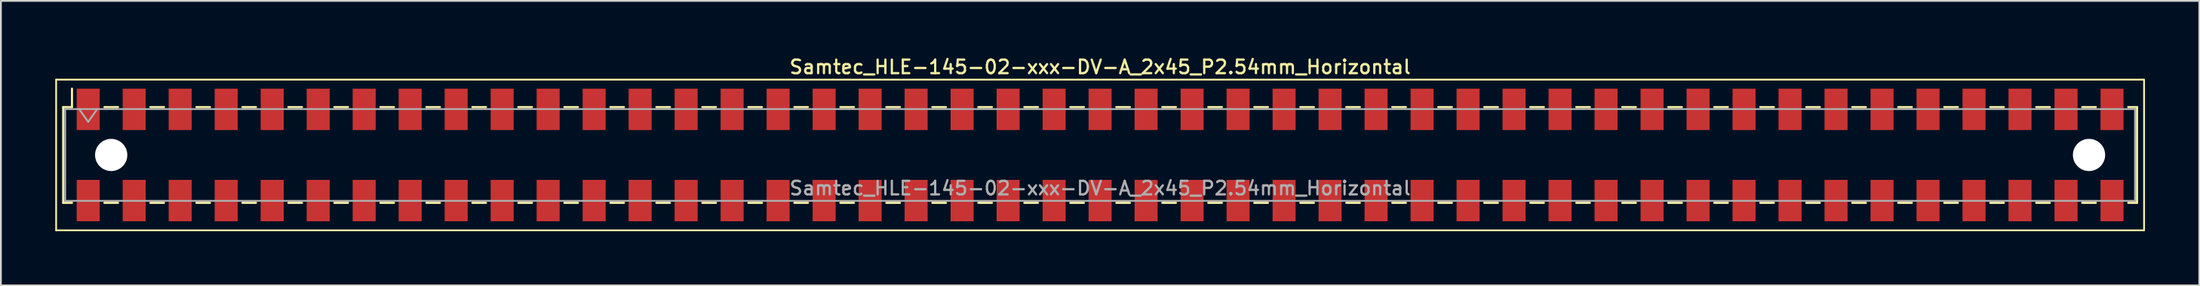
<source format=kicad_pcb>
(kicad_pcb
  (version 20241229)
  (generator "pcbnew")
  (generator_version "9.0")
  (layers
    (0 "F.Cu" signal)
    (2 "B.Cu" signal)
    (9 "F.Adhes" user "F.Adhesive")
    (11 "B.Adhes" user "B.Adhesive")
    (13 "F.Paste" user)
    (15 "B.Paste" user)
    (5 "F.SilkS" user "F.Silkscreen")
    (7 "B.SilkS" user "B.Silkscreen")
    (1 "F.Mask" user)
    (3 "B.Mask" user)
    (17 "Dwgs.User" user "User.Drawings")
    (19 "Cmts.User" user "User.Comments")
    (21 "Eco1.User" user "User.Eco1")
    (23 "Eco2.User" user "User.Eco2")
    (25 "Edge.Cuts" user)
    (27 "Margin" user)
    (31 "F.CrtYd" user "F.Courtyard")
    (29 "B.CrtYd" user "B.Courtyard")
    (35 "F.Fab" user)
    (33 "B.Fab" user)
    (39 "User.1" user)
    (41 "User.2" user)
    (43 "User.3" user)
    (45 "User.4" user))
  (footprint "Samtec_HLE-145-02-xxx-DV-A_2x45_P2.54mm_Horizontal"
    (layer "F.Cu")
    (at 57.7 5.528)
    (property "Reference" "Samtec_HLE-145-02-xxx-DV-A_2x45_P2.54mm_Horizontal" (at 0 -4.87 0) (layer "F.SilkS") (effects (font (size 0.75 0.75) (thickness 0.125))))
    (attr smd)
    (fp_line (start -57.65 -4.17) (end 57.65 -4.17) (stroke (width 0.1) (type solid)) (layer "F.SilkS"))
    (fp_line (start -57.65 4.17) (end -57.65 -4.17) (stroke (width 0.1) (type solid)) (layer "F.SilkS"))
    (fp_line (start -57.26 -2.65) (end -57.26 2.65) (stroke (width 0.12) (type solid)) (layer "F.SilkS"))
    (fp_line (start -57.26 2.65) (end -56.775 2.65) (stroke (width 0.12) (type solid)) (layer "F.SilkS"))
    (fp_line (start -56.775 -3.67) (end -56.775 -2.65) (stroke (width 0.12) (type solid)) (layer "F.SilkS"))
    (fp_line (start -56.775 -2.65) (end -57.26 -2.65) (stroke (width 0.12) (type solid)) (layer "F.SilkS"))
    (fp_line (start -54.985 -2.65) (end -54.235 -2.65) (stroke (width 0.12) (type solid)) (layer "F.SilkS"))
    (fp_line (start -54.985 2.65) (end -54.235 2.65) (stroke (width 0.12) (type solid)) (layer "F.SilkS"))
    (fp_line (start -52.445 -2.65) (end -51.695 -2.65) (stroke (width 0.12) (type solid)) (layer "F.SilkS"))
    (fp_line (start -52.445 2.65) (end -51.695 2.65) (stroke (width 0.12) (type solid)) (layer "F.SilkS"))
    (fp_line (start -49.905 -2.65) (end -49.155 -2.65) (stroke (width 0.12) (type solid)) (layer "F.SilkS"))
    (fp_line (start -49.905 2.65) (end -49.155 2.65) (stroke (width 0.12) (type solid)) (layer "F.SilkS"))
    (fp_line (start -47.365 -2.65) (end -46.615 -2.65) (stroke (width 0.12) (type solid)) (layer "F.SilkS"))
    (fp_line (start -47.365 2.65) (end -46.615 2.65) (stroke (width 0.12) (type solid)) (layer "F.SilkS"))
    (fp_line (start -44.825 -2.65) (end -44.075 -2.65) (stroke (width 0.12) (type solid)) (layer "F.SilkS"))
    (fp_line (start -44.825 2.65) (end -44.075 2.65) (stroke (width 0.12) (type solid)) (layer "F.SilkS"))
    (fp_line (start -42.285 -2.65) (end -41.535 -2.65) (stroke (width 0.12) (type solid)) (layer "F.SilkS"))
    (fp_line (start -42.285 2.65) (end -41.535 2.65) (stroke (width 0.12) (type solid)) (layer "F.SilkS"))
    (fp_line (start -39.745 -2.65) (end -38.995 -2.65) (stroke (width 0.12) (type solid)) (layer "F.SilkS"))
    (fp_line (start -39.745 2.65) (end -38.995 2.65) (stroke (width 0.12) (type solid)) (layer "F.SilkS"))
    (fp_line (start -37.205 -2.65) (end -36.455 -2.65) (stroke (width 0.12) (type solid)) (layer "F.SilkS"))
    (fp_line (start -37.205 2.65) (end -36.455 2.65) (stroke (width 0.12) (type solid)) (layer "F.SilkS"))
    (fp_line (start -34.665 -2.65) (end -33.915 -2.65) (stroke (width 0.12) (type solid)) (layer "F.SilkS"))
    (fp_line (start -34.665 2.65) (end -33.915 2.65) (stroke (width 0.12) (type solid)) (layer "F.SilkS"))
    (fp_line (start -32.125 -2.65) (end -31.375 -2.65) (stroke (width 0.12) (type solid)) (layer "F.SilkS"))
    (fp_line (start -32.125 2.65) (end -31.375 2.65) (stroke (width 0.12) (type solid)) (layer "F.SilkS"))
    (fp_line (start -29.585 -2.65) (end -28.835 -2.65) (stroke (width 0.12) (type solid)) (layer "F.SilkS"))
    (fp_line (start -29.585 2.65) (end -28.835 2.65) (stroke (width 0.12) (type solid)) (layer "F.SilkS"))
    (fp_line (start -27.045 -2.65) (end -26.295 -2.65) (stroke (width 0.12) (type solid)) (layer "F.SilkS"))
    (fp_line (start -27.045 2.65) (end -26.295 2.65) (stroke (width 0.12) (type solid)) (layer "F.SilkS"))
    (fp_line (start -24.505 -2.65) (end -23.755 -2.65) (stroke (width 0.12) (type solid)) (layer "F.SilkS"))
    (fp_line (start -24.505 2.65) (end -23.755 2.65) (stroke (width 0.12) (type solid)) (layer "F.SilkS"))
    (fp_line (start -21.965 -2.65) (end -21.215 -2.65) (stroke (width 0.12) (type solid)) (layer "F.SilkS"))
    (fp_line (start -21.965 2.65) (end -21.215 2.65) (stroke (width 0.12) (type solid)) (layer "F.SilkS"))
    (fp_line (start -19.425 -2.65) (end -18.675 -2.65) (stroke (width 0.12) (type solid)) (layer "F.SilkS"))
    (fp_line (start -19.425 2.65) (end -18.675 2.65) (stroke (width 0.12) (type solid)) (layer "F.SilkS"))
    (fp_line (start -16.885 -2.65) (end -16.135 -2.65) (stroke (width 0.12) (type solid)) (layer "F.SilkS"))
    (fp_line (start -16.885 2.65) (end -16.135 2.65) (stroke (width 0.12) (type solid)) (layer "F.SilkS"))
    (fp_line (start -14.345 -2.65) (end -13.595 -2.65) (stroke (width 0.12) (type solid)) (layer "F.SilkS"))
    (fp_line (start -14.345 2.65) (end -13.595 2.65) (stroke (width 0.12) (type solid)) (layer "F.SilkS"))
    (fp_line (start -11.805 -2.65) (end -11.055 -2.65) (stroke (width 0.12) (type solid)) (layer "F.SilkS"))
    (fp_line (start -11.805 2.65) (end -11.055 2.65) (stroke (width 0.12) (type solid)) (layer "F.SilkS"))
    (fp_line (start -9.265 -2.65) (end -8.515 -2.65) (stroke (width 0.12) (type solid)) (layer "F.SilkS"))
    (fp_line (start -9.265 2.65) (end -8.515 2.65) (stroke (width 0.12) (type solid)) (layer "F.SilkS"))
    (fp_line (start -6.725 -2.65) (end -5.975 -2.65) (stroke (width 0.12) (type solid)) (layer "F.SilkS"))
    (fp_line (start -6.725 2.65) (end -5.975 2.65) (stroke (width 0.12) (type solid)) (layer "F.SilkS"))
    (fp_line (start -4.185 -2.65) (end -3.435 -2.65) (stroke (width 0.12) (type solid)) (layer "F.SilkS"))
    (fp_line (start -4.185 2.65) (end -3.435 2.65) (stroke (width 0.12) (type solid)) (layer "F.SilkS"))
    (fp_line (start -1.645 -2.65) (end -0.895 -2.65) (stroke (width 0.12) (type solid)) (layer "F.SilkS"))
    (fp_line (start -1.645 2.65) (end -0.895 2.65) (stroke (width 0.12) (type solid)) (layer "F.SilkS"))
    (fp_line (start 0.895 -2.65) (end 1.645 -2.65) (stroke (width 0.12) (type solid)) (layer "F.SilkS"))
    (fp_line (start 0.895 2.65) (end 1.645 2.65) (stroke (width 0.12) (type solid)) (layer "F.SilkS"))
    (fp_line (start 3.435 -2.65) (end 4.185 -2.65) (stroke (width 0.12) (type solid)) (layer "F.SilkS"))
    (fp_line (start 3.435 2.65) (end 4.185 2.65) (stroke (width 0.12) (type solid)) (layer "F.SilkS"))
    (fp_line (start 5.975 -2.65) (end 6.725 -2.65) (stroke (width 0.12) (type solid)) (layer "F.SilkS"))
    (fp_line (start 5.975 2.65) (end 6.725 2.65) (stroke (width 0.12) (type solid)) (layer "F.SilkS"))
    (fp_line (start 8.515 -2.65) (end 9.265 -2.65) (stroke (width 0.12) (type solid)) (layer "F.SilkS"))
    (fp_line (start 8.515 2.65) (end 9.265 2.65) (stroke (width 0.12) (type solid)) (layer "F.SilkS"))
    (fp_line (start 11.055 -2.65) (end 11.805 -2.65) (stroke (width 0.12) (type solid)) (layer "F.SilkS"))
    (fp_line (start 11.055 2.65) (end 11.805 2.65) (stroke (width 0.12) (type solid)) (layer "F.SilkS"))
    (fp_line (start 13.595 -2.65) (end 14.345 -2.65) (stroke (width 0.12) (type solid)) (layer "F.SilkS"))
    (fp_line (start 13.595 2.65) (end 14.345 2.65) (stroke (width 0.12) (type solid)) (layer "F.SilkS"))
    (fp_line (start 16.135 -2.65) (end 16.885 -2.65) (stroke (width 0.12) (type solid)) (layer "F.SilkS"))
    (fp_line (start 16.135 2.65) (end 16.885 2.65) (stroke (width 0.12) (type solid)) (layer "F.SilkS"))
    (fp_line (start 18.675 -2.65) (end 19.425 -2.65) (stroke (width 0.12) (type solid)) (layer "F.SilkS"))
    (fp_line (start 18.675 2.65) (end 19.425 2.65) (stroke (width 0.12) (type solid)) (layer "F.SilkS"))
    (fp_line (start 21.215 -2.65) (end 21.965 -2.65) (stroke (width 0.12) (type solid)) (layer "F.SilkS"))
    (fp_line (start 21.215 2.65) (end 21.965 2.65) (stroke (width 0.12) (type solid)) (layer "F.SilkS"))
    (fp_line (start 23.755 -2.65) (end 24.505 -2.65) (stroke (width 0.12) (type solid)) (layer "F.SilkS"))
    (fp_line (start 23.755 2.65) (end 24.505 2.65) (stroke (width 0.12) (type solid)) (layer "F.SilkS"))
    (fp_line (start 26.295 -2.65) (end 27.045 -2.65) (stroke (width 0.12) (type solid)) (layer "F.SilkS"))
    (fp_line (start 26.295 2.65) (end 27.045 2.65) (stroke (width 0.12) (type solid)) (layer "F.SilkS"))
    (fp_line (start 28.835 -2.65) (end 29.585 -2.65) (stroke (width 0.12) (type solid)) (layer "F.SilkS"))
    (fp_line (start 28.835 2.65) (end 29.585 2.65) (stroke (width 0.12) (type solid)) (layer "F.SilkS"))
    (fp_line (start 31.375 -2.65) (end 32.125 -2.65) (stroke (width 0.12) (type solid)) (layer "F.SilkS"))
    (fp_line (start 31.375 2.65) (end 32.125 2.65) (stroke (width 0.12) (type solid)) (layer "F.SilkS"))
    (fp_line (start 33.915 -2.65) (end 34.665 -2.65) (stroke (width 0.12) (type solid)) (layer "F.SilkS"))
    (fp_line (start 33.915 2.65) (end 34.665 2.65) (stroke (width 0.12) (type solid)) (layer "F.SilkS"))
    (fp_line (start 36.455 -2.65) (end 37.205 -2.65) (stroke (width 0.12) (type solid)) (layer "F.SilkS"))
    (fp_line (start 36.455 2.65) (end 37.205 2.65) (stroke (width 0.12) (type solid)) (layer "F.SilkS"))
    (fp_line (start 38.995 -2.65) (end 39.745 -2.65) (stroke (width 0.12) (type solid)) (layer "F.SilkS"))
    (fp_line (start 38.995 2.65) (end 39.745 2.65) (stroke (width 0.12) (type solid)) (layer "F.SilkS"))
    (fp_line (start 41.535 -2.65) (end 42.285 -2.65) (stroke (width 0.12) (type solid)) (layer "F.SilkS"))
    (fp_line (start 41.535 2.65) (end 42.285 2.65) (stroke (width 0.12) (type solid)) (layer "F.SilkS"))
    (fp_line (start 44.075 -2.65) (end 44.825 -2.65) (stroke (width 0.12) (type solid)) (layer "F.SilkS"))
    (fp_line (start 44.075 2.65) (end 44.825 2.65) (stroke (width 0.12) (type solid)) (layer "F.SilkS"))
    (fp_line (start 46.615 -2.65) (end 47.365 -2.65) (stroke (width 0.12) (type solid)) (layer "F.SilkS"))
    (fp_line (start 46.615 2.65) (end 47.365 2.65) (stroke (width 0.12) (type solid)) (layer "F.SilkS"))
    (fp_line (start 49.155 -2.65) (end 49.905 -2.65) (stroke (width 0.12) (type solid)) (layer "F.SilkS"))
    (fp_line (start 49.155 2.65) (end 49.905 2.65) (stroke (width 0.12) (type solid)) (layer "F.SilkS"))
    (fp_line (start 51.695 -2.65) (end 52.445 -2.65) (stroke (width 0.12) (type solid)) (layer "F.SilkS"))
    (fp_line (start 51.695 2.65) (end 52.445 2.65) (stroke (width 0.12) (type solid)) (layer "F.SilkS"))
    (fp_line (start 54.235 -2.65) (end 54.985 -2.65) (stroke (width 0.12) (type solid)) (layer "F.SilkS"))
    (fp_line (start 54.235 2.65) (end 54.985 2.65) (stroke (width 0.12) (type solid)) (layer "F.SilkS"))
    (fp_line (start 56.775 -2.65) (end 57.26 -2.65) (stroke (width 0.12) (type solid)) (layer "F.SilkS"))
    (fp_line (start 57.26 -2.65) (end 57.26 2.65) (stroke (width 0.12) (type solid)) (layer "F.SilkS"))
    (fp_line (start 57.26 2.65) (end 56.775 2.65) (stroke (width 0.12) (type solid)) (layer "F.SilkS"))
    (fp_line (start 57.65 -4.17) (end 57.65 4.17) (stroke (width 0.1) (type solid)) (layer "F.SilkS"))
    (fp_line (start 57.65 4.17) (end -57.65 4.17) (stroke (width 0.1) (type solid)) (layer "F.SilkS"))
    (fp_line (start -57.15 -2.54) (end 57.15 -2.54) (stroke (width 0.1) (type solid)) (layer "F.Fab"))
    (fp_line (start -57.15 2.54) (end -57.15 -2.54) (stroke (width 0.1) (type solid)) (layer "F.Fab"))
    (fp_line (start -56.38 -2.54) (end -55.88 -1.833) (stroke (width 0.1) (type solid)) (layer "F.Fab"))
    (fp_line (start -55.88 -1.833) (end -55.38 -2.54) (stroke (width 0.1) (type solid)) (layer "F.Fab"))
    (fp_line (start 57.15 -2.54) (end 57.15 2.54) (stroke (width 0.1) (type solid)) (layer "F.Fab"))
    (fp_line (start 57.15 2.54) (end -57.15 2.54) (stroke (width 0.1) (type solid)) (layer "F.Fab"))
    (fp_text user "${REFERENCE}" (at 0 1.84 0) (layer "F.Fab") (effects (font (size 0.75 0.75) (thickness 0.125))))
    (pad "" np_thru_hole circle (at -54.61 0) (size 1.78 1.78) (drill 1.78) (layers "*.Cu" "*.Mask"))
    (pad "" np_thru_hole circle (at 54.61 0) (size 1.78 1.78) (drill 1.78) (layers "*.Cu" "*.Mask"))
    (pad "1" smd rect (at -55.88 -2.525) (size 1.27 2.29) (layers "F.Cu" "F.Mask" "F.Paste"))
    (pad "2" smd rect (at -55.88 2.525) (size 1.27 2.29) (layers "F.Cu" "F.Mask" "F.Paste"))
    (pad "3" smd rect (at -53.34 -2.525) (size 1.27 2.29) (layers "F.Cu" "F.Mask" "F.Paste"))
    (pad "4" smd rect (at -53.34 2.525) (size 1.27 2.29) (layers "F.Cu" "F.Mask" "F.Paste"))
    (pad "5" smd rect (at -50.8 -2.525) (size 1.27 2.29) (layers "F.Cu" "F.Mask" "F.Paste"))
    (pad "6" smd rect (at -50.8 2.525) (size 1.27 2.29) (layers "F.Cu" "F.Mask" "F.Paste"))
    (pad "7" smd rect (at -48.26 -2.525) (size 1.27 2.29) (layers "F.Cu" "F.Mask" "F.Paste"))
    (pad "8" smd rect (at -48.26 2.525) (size 1.27 2.29) (layers "F.Cu" "F.Mask" "F.Paste"))
    (pad "9" smd rect (at -45.72 -2.525) (size 1.27 2.29) (layers "F.Cu" "F.Mask" "F.Paste"))
    (pad "10" smd rect (at -45.72 2.525) (size 1.27 2.29) (layers "F.Cu" "F.Mask" "F.Paste"))
    (pad "11" smd rect (at -43.18 -2.525) (size 1.27 2.29) (layers "F.Cu" "F.Mask" "F.Paste"))
    (pad "12" smd rect (at -43.18 2.525) (size 1.27 2.29) (layers "F.Cu" "F.Mask" "F.Paste"))
    (pad "13" smd rect (at -40.64 -2.525) (size 1.27 2.29) (layers "F.Cu" "F.Mask" "F.Paste"))
    (pad "14" smd rect (at -40.64 2.525) (size 1.27 2.29) (layers "F.Cu" "F.Mask" "F.Paste"))
    (pad "15" smd rect (at -38.1 -2.525) (size 1.27 2.29) (layers "F.Cu" "F.Mask" "F.Paste"))
    (pad "16" smd rect (at -38.1 2.525) (size 1.27 2.29) (layers "F.Cu" "F.Mask" "F.Paste"))
    (pad "17" smd rect (at -35.56 -2.525) (size 1.27 2.29) (layers "F.Cu" "F.Mask" "F.Paste"))
    (pad "18" smd rect (at -35.56 2.525) (size 1.27 2.29) (layers "F.Cu" "F.Mask" "F.Paste"))
    (pad "19" smd rect (at -33.02 -2.525) (size 1.27 2.29) (layers "F.Cu" "F.Mask" "F.Paste"))
    (pad "20" smd rect (at -33.02 2.525) (size 1.27 2.29) (layers "F.Cu" "F.Mask" "F.Paste"))
    (pad "21" smd rect (at -30.48 -2.525) (size 1.27 2.29) (layers "F.Cu" "F.Mask" "F.Paste"))
    (pad "22" smd rect (at -30.48 2.525) (size 1.27 2.29) (layers "F.Cu" "F.Mask" "F.Paste"))
    (pad "23" smd rect (at -27.94 -2.525) (size 1.27 2.29) (layers "F.Cu" "F.Mask" "F.Paste"))
    (pad "24" smd rect (at -27.94 2.525) (size 1.27 2.29) (layers "F.Cu" "F.Mask" "F.Paste"))
    (pad "25" smd rect (at -25.4 -2.525) (size 1.27 2.29) (layers "F.Cu" "F.Mask" "F.Paste"))
    (pad "26" smd rect (at -25.4 2.525) (size 1.27 2.29) (layers "F.Cu" "F.Mask" "F.Paste"))
    (pad "27" smd rect (at -22.86 -2.525) (size 1.27 2.29) (layers "F.Cu" "F.Mask" "F.Paste"))
    (pad "28" smd rect (at -22.86 2.525) (size 1.27 2.29) (layers "F.Cu" "F.Mask" "F.Paste"))
    (pad "29" smd rect (at -20.32 -2.525) (size 1.27 2.29) (layers "F.Cu" "F.Mask" "F.Paste"))
    (pad "30" smd rect (at -20.32 2.525) (size 1.27 2.29) (layers "F.Cu" "F.Mask" "F.Paste"))
    (pad "31" smd rect (at -17.78 -2.525) (size 1.27 2.29) (layers "F.Cu" "F.Mask" "F.Paste"))
    (pad "32" smd rect (at -17.78 2.525) (size 1.27 2.29) (layers "F.Cu" "F.Mask" "F.Paste"))
    (pad "33" smd rect (at -15.24 -2.525) (size 1.27 2.29) (layers "F.Cu" "F.Mask" "F.Paste"))
    (pad "34" smd rect (at -15.24 2.525) (size 1.27 2.29) (layers "F.Cu" "F.Mask" "F.Paste"))
    (pad "35" smd rect (at -12.7 -2.525) (size 1.27 2.29) (layers "F.Cu" "F.Mask" "F.Paste"))
    (pad "36" smd rect (at -12.7 2.525) (size 1.27 2.29) (layers "F.Cu" "F.Mask" "F.Paste"))
    (pad "37" smd rect (at -10.16 -2.525) (size 1.27 2.29) (layers "F.Cu" "F.Mask" "F.Paste"))
    (pad "38" smd rect (at -10.16 2.525) (size 1.27 2.29) (layers "F.Cu" "F.Mask" "F.Paste"))
    (pad "39" smd rect (at -7.62 -2.525) (size 1.27 2.29) (layers "F.Cu" "F.Mask" "F.Paste"))
    (pad "40" smd rect (at -7.62 2.525) (size 1.27 2.29) (layers "F.Cu" "F.Mask" "F.Paste"))
    (pad "41" smd rect (at -5.08 -2.525) (size 1.27 2.29) (layers "F.Cu" "F.Mask" "F.Paste"))
    (pad "42" smd rect (at -5.08 2.525) (size 1.27 2.29) (layers "F.Cu" "F.Mask" "F.Paste"))
    (pad "43" smd rect (at -2.54 -2.525) (size 1.27 2.29) (layers "F.Cu" "F.Mask" "F.Paste"))
    (pad "44" smd rect (at -2.54 2.525) (size 1.27 2.29) (layers "F.Cu" "F.Mask" "F.Paste"))
    (pad "45" smd rect (at 0 -2.525) (size 1.27 2.29) (layers "F.Cu" "F.Mask" "F.Paste"))
    (pad "46" smd rect (at 0 2.525) (size 1.27 2.29) (layers "F.Cu" "F.Mask" "F.Paste"))
    (pad "47" smd rect (at 2.54 -2.525) (size 1.27 2.29) (layers "F.Cu" "F.Mask" "F.Paste"))
    (pad "48" smd rect (at 2.54 2.525) (size 1.27 2.29) (layers "F.Cu" "F.Mask" "F.Paste"))
    (pad "49" smd rect (at 5.08 -2.525) (size 1.27 2.29) (layers "F.Cu" "F.Mask" "F.Paste"))
    (pad "50" smd rect (at 5.08 2.525) (size 1.27 2.29) (layers "F.Cu" "F.Mask" "F.Paste"))
    (pad "51" smd rect (at 7.62 -2.525) (size 1.27 2.29) (layers "F.Cu" "F.Mask" "F.Paste"))
    (pad "52" smd rect (at 7.62 2.525) (size 1.27 2.29) (layers "F.Cu" "F.Mask" "F.Paste"))
    (pad "53" smd rect (at 10.16 -2.525) (size 1.27 2.29) (layers "F.Cu" "F.Mask" "F.Paste"))
    (pad "54" smd rect (at 10.16 2.525) (size 1.27 2.29) (layers "F.Cu" "F.Mask" "F.Paste"))
    (pad "55" smd rect (at 12.7 -2.525) (size 1.27 2.29) (layers "F.Cu" "F.Mask" "F.Paste"))
    (pad "56" smd rect (at 12.7 2.525) (size 1.27 2.29) (layers "F.Cu" "F.Mask" "F.Paste"))
    (pad "57" smd rect (at 15.24 -2.525) (size 1.27 2.29) (layers "F.Cu" "F.Mask" "F.Paste"))
    (pad "58" smd rect (at 15.24 2.525) (size 1.27 2.29) (layers "F.Cu" "F.Mask" "F.Paste"))
    (pad "59" smd rect (at 17.78 -2.525) (size 1.27 2.29) (layers "F.Cu" "F.Mask" "F.Paste"))
    (pad "60" smd rect (at 17.78 2.525) (size 1.27 2.29) (layers "F.Cu" "F.Mask" "F.Paste"))
    (pad "61" smd rect (at 20.32 -2.525) (size 1.27 2.29) (layers "F.Cu" "F.Mask" "F.Paste"))
    (pad "62" smd rect (at 20.32 2.525) (size 1.27 2.29) (layers "F.Cu" "F.Mask" "F.Paste"))
    (pad "63" smd rect (at 22.86 -2.525) (size 1.27 2.29) (layers "F.Cu" "F.Mask" "F.Paste"))
    (pad "64" smd rect (at 22.86 2.525) (size 1.27 2.29) (layers "F.Cu" "F.Mask" "F.Paste"))
    (pad "65" smd rect (at 25.4 -2.525) (size 1.27 2.29) (layers "F.Cu" "F.Mask" "F.Paste"))
    (pad "66" smd rect (at 25.4 2.525) (size 1.27 2.29) (layers "F.Cu" "F.Mask" "F.Paste"))
    (pad "67" smd rect (at 27.94 -2.525) (size 1.27 2.29) (layers "F.Cu" "F.Mask" "F.Paste"))
    (pad "68" smd rect (at 27.94 2.525) (size 1.27 2.29) (layers "F.Cu" "F.Mask" "F.Paste"))
    (pad "69" smd rect (at 30.48 -2.525) (size 1.27 2.29) (layers "F.Cu" "F.Mask" "F.Paste"))
    (pad "70" smd rect (at 30.48 2.525) (size 1.27 2.29) (layers "F.Cu" "F.Mask" "F.Paste"))
    (pad "71" smd rect (at 33.02 -2.525) (size 1.27 2.29) (layers "F.Cu" "F.Mask" "F.Paste"))
    (pad "72" smd rect (at 33.02 2.525) (size 1.27 2.29) (layers "F.Cu" "F.Mask" "F.Paste"))
    (pad "73" smd rect (at 35.56 -2.525) (size 1.27 2.29) (layers "F.Cu" "F.Mask" "F.Paste"))
    (pad "74" smd rect (at 35.56 2.525) (size 1.27 2.29) (layers "F.Cu" "F.Mask" "F.Paste"))
    (pad "75" smd rect (at 38.1 -2.525) (size 1.27 2.29) (layers "F.Cu" "F.Mask" "F.Paste"))
    (pad "76" smd rect (at 38.1 2.525) (size 1.27 2.29) (layers "F.Cu" "F.Mask" "F.Paste"))
    (pad "77" smd rect (at 40.64 -2.525) (size 1.27 2.29) (layers "F.Cu" "F.Mask" "F.Paste"))
    (pad "78" smd rect (at 40.64 2.525) (size 1.27 2.29) (layers "F.Cu" "F.Mask" "F.Paste"))
    (pad "79" smd rect (at 43.18 -2.525) (size 1.27 2.29) (layers "F.Cu" "F.Mask" "F.Paste"))
    (pad "80" smd rect (at 43.18 2.525) (size 1.27 2.29) (layers "F.Cu" "F.Mask" "F.Paste"))
    (pad "81" smd rect (at 45.72 -2.525) (size 1.27 2.29) (layers "F.Cu" "F.Mask" "F.Paste"))
    (pad "82" smd rect (at 45.72 2.525) (size 1.27 2.29) (layers "F.Cu" "F.Mask" "F.Paste"))
    (pad "83" smd rect (at 48.26 -2.525) (size 1.27 2.29) (layers "F.Cu" "F.Mask" "F.Paste"))
    (pad "84" smd rect (at 48.26 2.525) (size 1.27 2.29) (layers "F.Cu" "F.Mask" "F.Paste"))
    (pad "85" smd rect (at 50.8 -2.525) (size 1.27 2.29) (layers "F.Cu" "F.Mask" "F.Paste"))
    (pad "86" smd rect (at 50.8 2.525) (size 1.27 2.29) (layers "F.Cu" "F.Mask" "F.Paste"))
    (pad "87" smd rect (at 53.34 -2.525) (size 1.27 2.29) (layers "F.Cu" "F.Mask" "F.Paste"))
    (pad "88" smd rect (at 53.34 2.525) (size 1.27 2.29) (layers "F.Cu" "F.Mask" "F.Paste"))
    (pad "89" smd rect (at 55.88 -2.525) (size 1.27 2.29) (layers "F.Cu" "F.Mask" "F.Paste"))
    (pad "90" smd rect (at 55.88 2.525) (size 1.27 2.29) (layers "F.Cu" "F.Mask" "F.Paste")))
  (gr_rect
    (start -3 -3)
    (end 118.4 12.748)
    (stroke (width 0.1) (type default))
    (fill no)
    (layer "Edge.Cuts")))
</source>
